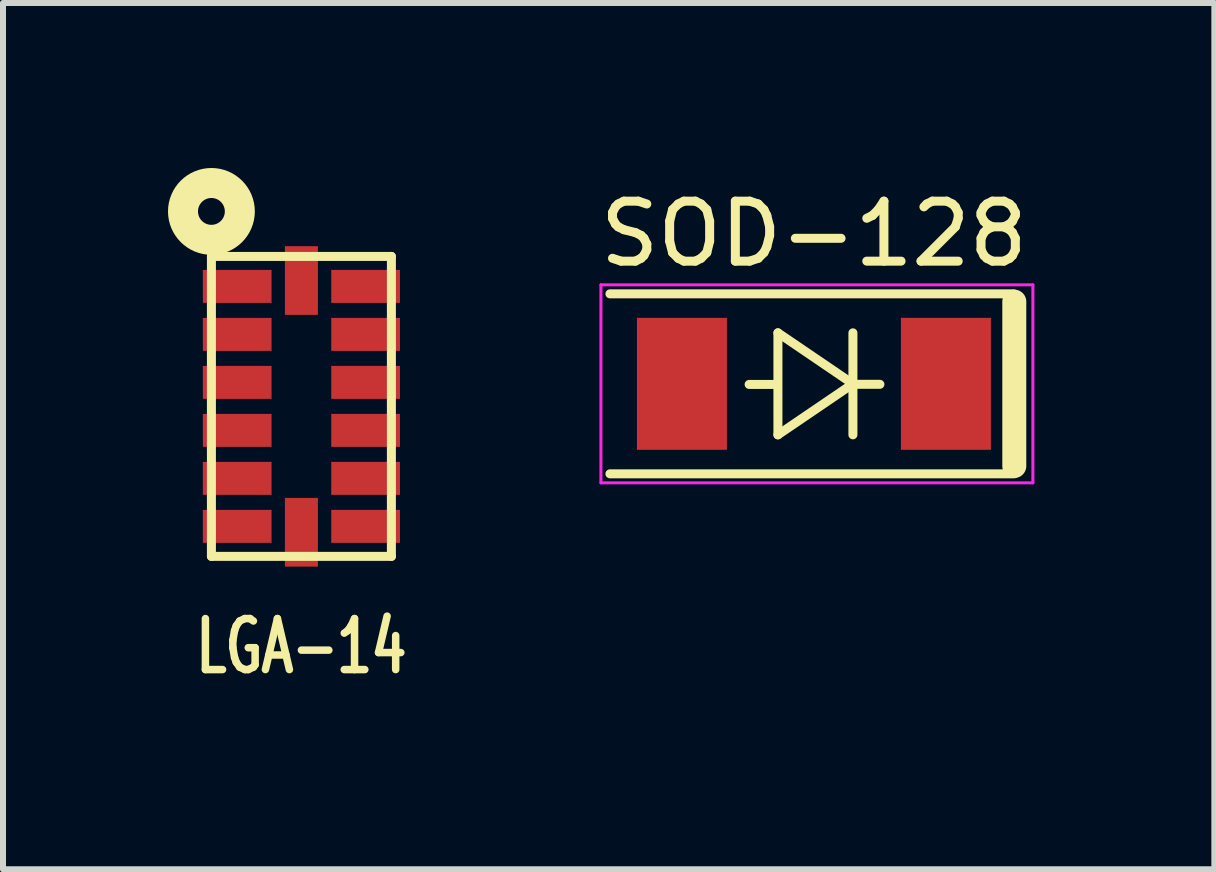
<source format=kicad_pcb>
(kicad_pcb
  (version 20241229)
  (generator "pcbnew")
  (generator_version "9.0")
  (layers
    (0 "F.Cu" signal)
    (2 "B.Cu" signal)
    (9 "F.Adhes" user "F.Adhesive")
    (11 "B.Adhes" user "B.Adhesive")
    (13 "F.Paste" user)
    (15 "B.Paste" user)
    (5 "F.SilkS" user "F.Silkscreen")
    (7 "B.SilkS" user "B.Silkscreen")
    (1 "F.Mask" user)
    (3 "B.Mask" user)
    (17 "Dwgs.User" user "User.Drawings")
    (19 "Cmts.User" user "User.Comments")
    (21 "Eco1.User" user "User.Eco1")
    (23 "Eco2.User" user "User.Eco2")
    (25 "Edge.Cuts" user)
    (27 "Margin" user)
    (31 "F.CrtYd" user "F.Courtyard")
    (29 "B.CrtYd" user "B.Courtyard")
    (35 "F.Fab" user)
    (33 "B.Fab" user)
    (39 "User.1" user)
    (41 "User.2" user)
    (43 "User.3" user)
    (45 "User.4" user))
  (footprint "LGA-14"
    (layer "F.Cu")
    (at 1.974 3.724)
    (property "Reference" "LGA-14" (at 0 4 0) (layer "F.SilkS") (effects (font (size 0.85 0.6) (thickness 0.125))))
    (attr through_hole)
    (fp_line (start -1.5 -2.5) (end 1.5 -2.5) (stroke (width 0.15) (type solid)) (layer "F.SilkS"))
    (fp_line (start -1.5 2.5) (end -1.5 -2.5) (stroke (width 0.15) (type solid)) (layer "F.SilkS"))
    (fp_line (start 1.5 -2.5) (end 1.5 2.5) (stroke (width 0.15) (type solid)) (layer "F.SilkS"))
    (fp_line (start 1.5 2.5) (end -1.5 2.5) (stroke (width 0.15) (type solid)) (layer "F.SilkS"))
    (fp_circle (center -1.5 -3.25) (end -1.4 -3.05) (stroke (width 0.5) (type solid)) (fill no) (layer "F.SilkS"))
    (fp_circle (center -1.5 -3.25) (end -1.25 -3) (stroke (width 0.15) (type solid)) (fill no) (layer "F.SilkS"))
    (pad "1" smd rect (at -1.07 -2) (size 1.145 0.55) (layers "F.Cu" "F.Mask" "F.Paste"))
    (pad "2" smd rect (at -1.07 -1.2) (size 1.145 0.55) (layers "F.Cu" "F.Mask" "F.Paste"))
    (pad "3" smd rect (at -1.07 -0.4) (size 1.145 0.55) (layers "F.Cu" "F.Mask" "F.Paste"))
    (pad "4" smd rect (at -1.07 0.4) (size 1.145 0.55) (layers "F.Cu" "F.Mask" "F.Paste"))
    (pad "5" smd rect (at -1.07 1.2) (size 1.145 0.55) (layers "F.Cu" "F.Mask" "F.Paste"))
    (pad "6" smd rect (at -1.07 2) (size 1.145 0.55) (layers "F.Cu" "F.Mask" "F.Paste"))
    (pad "7" smd rect (at 0 2.098 90) (size 1.145 0.55) (layers "F.Cu" "F.Mask" "F.Paste"))
    (pad "8" smd rect (at 1.07 2) (size 1.145 0.55) (layers "F.Cu" "F.Mask" "F.Paste"))
    (pad "9" smd rect (at 1.07 1.2) (size 1.145 0.55) (layers "F.Cu" "F.Mask" "F.Paste"))
    (pad "10" smd rect (at 1.07 0.4) (size 1.145 0.55) (layers "F.Cu" "F.Mask" "F.Paste"))
    (pad "11" smd rect (at 1.07 -0.4) (size 1.145 0.55) (layers "F.Cu" "F.Mask" "F.Paste"))
    (pad "12" smd rect (at 1.07 -1.2) (size 1.145 0.55) (layers "F.Cu" "F.Mask" "F.Paste"))
    (pad "13" smd rect (at 1.07 -2) (size 1.145 0.55) (layers "F.Cu" "F.Mask" "F.Paste"))
    (pad "14" smd rect (at 0 -2.098 90) (size 1.145 0.55) (layers "F.Cu" "F.Mask" "F.Paste")))
  (footprint "SOD-128"
    (layer "F.Cu")
    (at 10.517 3.348)
    (property "Reference" "SOD-128" (at 0 -2.5 0) (layer "F.SilkS") (effects (font (size 1 1) (thickness 0.15))))
    (attr through_hole)
    (fp_line (start -3.4 -1.5) (end 3.33 -1.5) (stroke (width 0.15) (type solid)) (layer "F.SilkS"))
    (fp_line (start -0.63 0.01) (end -1.08 0.01) (stroke (width 0.15) (type solid)) (layer "F.SilkS"))
    (fp_line (start -0.6 0.85) (end -0.6 -0.85) (stroke (width 0.15) (type solid)) (layer "F.SilkS"))
    (fp_line (start 0.65 0) (end -0.6 -0.85) (stroke (width 0.15) (type solid)) (layer "F.SilkS"))
    (fp_line (start 0.65 0) (end -0.6 0.85) (stroke (width 0.15) (type solid)) (layer "F.SilkS"))
    (fp_line (start 0.65 0.85) (end 0.65 -0.85) (stroke (width 0.15) (type solid)) (layer "F.SilkS"))
    (fp_line (start 1.1 0.008) (end 0.7 0.008) (stroke (width 0.15) (type solid)) (layer "F.SilkS"))
    (fp_line (start 3.34 -1.37) (end 3.34 1.37) (stroke (width 0.4) (type solid)) (layer "F.SilkS"))
    (fp_line (start 3.34 1.5) (end -3.4 1.5) (stroke (width 0.15) (type solid)) (layer "F.SilkS"))
    (fp_line (start -3.55 -1.65) (end -3.55 1.65) (stroke (width 0.05) (type solid)) (layer "F.CrtYd"))
    (fp_line (start -3.55 1.65) (end 3.65 1.65) (stroke (width 0.05) (type solid)) (layer "F.CrtYd"))
    (fp_line (start 3.65 -1.65) (end -3.55 -1.65) (stroke (width 0.05) (type solid)) (layer "F.CrtYd"))
    (fp_line (start 3.65 1.65) (end 3.65 -1.65) (stroke (width 0.05) (type solid)) (layer "F.CrtYd"))
    (pad "1" smd rect (at -2.2 0) (size 1.5 2.2) (layers "F.Cu" "F.Mask" "F.Paste"))
    (pad "2" smd rect (at 2.2 0) (size 1.5 2.2) (layers "F.Cu" "F.Mask" "F.Paste")))
  (gr_rect
    (start -3 -3)
    (end 17.192 11.44)
    (stroke (width 0.1) (type default))
    (fill no)
    (layer "Edge.Cuts")))
</source>
